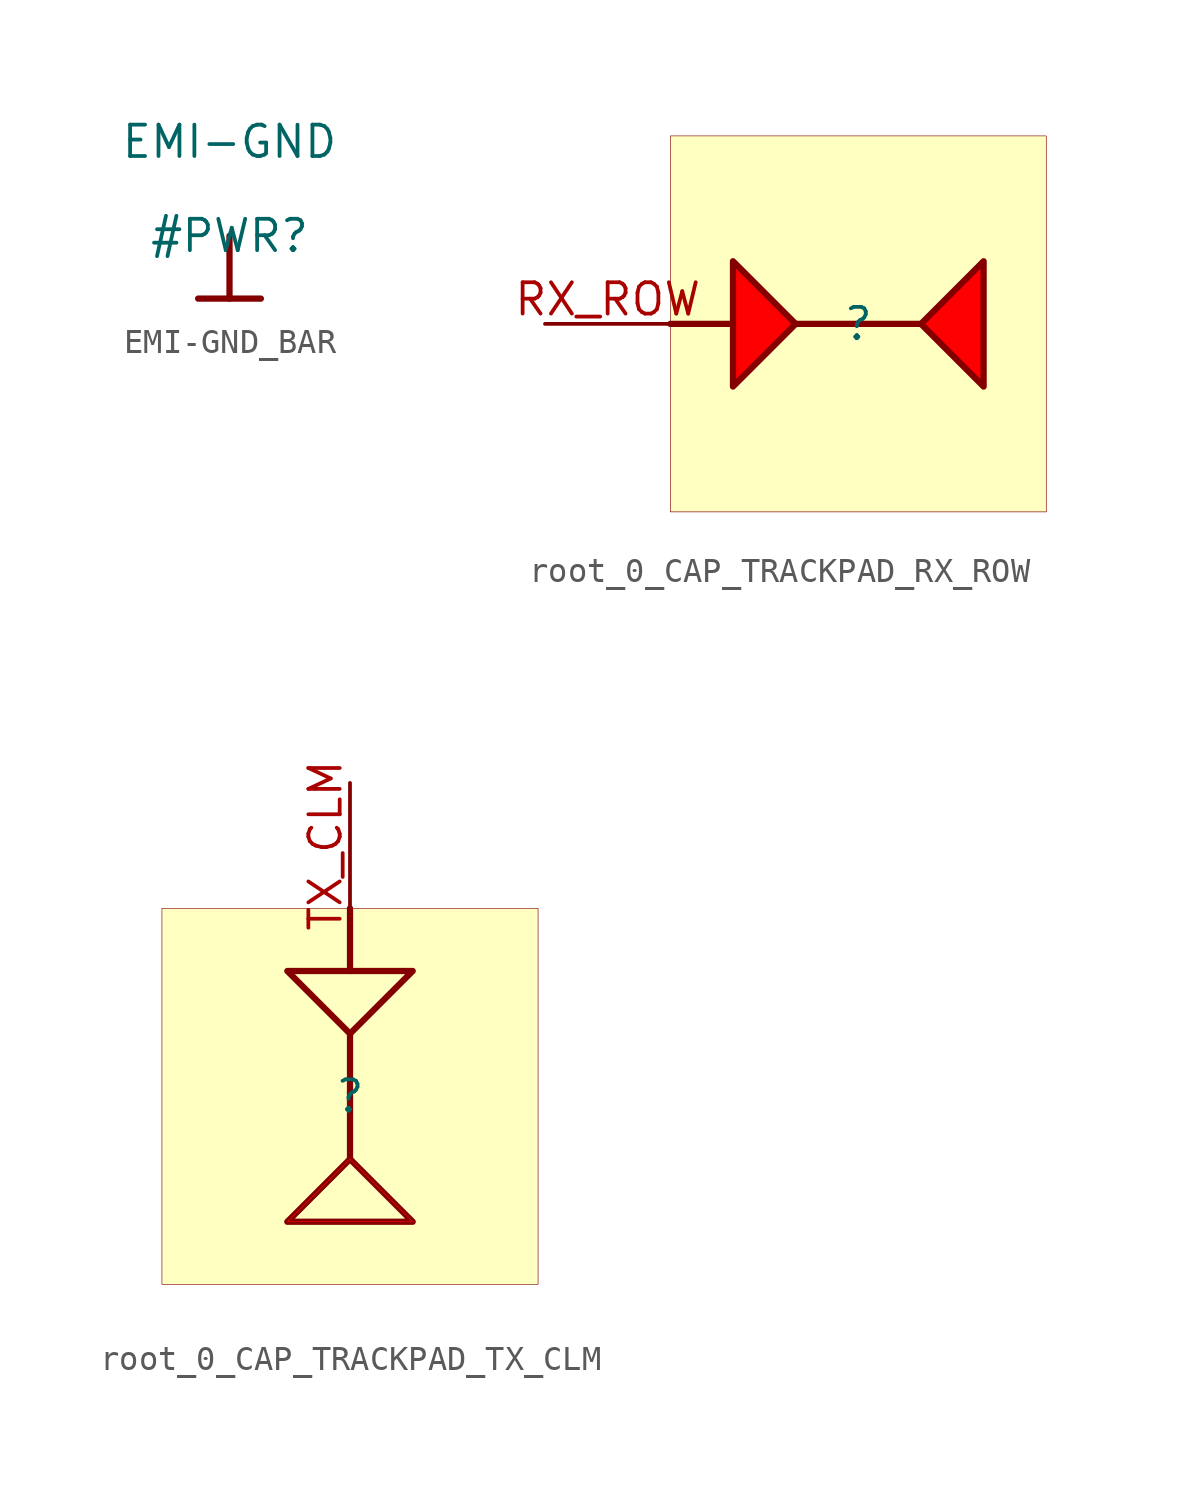
<source format=kicad_sym>
(kicad_symbol_lib
  (version 20231120)
  (generator "kicad_symbol_editor")
  (generator_version "8.0")
  (symbol "EMI-GND_BAR"
    (power)
    (property "Reference" "#PWR"
      (at 0 0 0)
      (effects (font (size 1.27 1.27))))
    (property "Value" "EMI-GND"
      (at 0 3.81 0)
      (effects (font (size 1.27 1.27))))
    (symbol "EMI-GND_BAR_0_0"
      (polyline (pts (xy -1.27 -2.54) (xy 1.27 -2.54)) (stroke (width 0.254) (type solid)) (fill (type none)))
      (polyline (pts (xy 0 0) (xy 0 -2.54)) (stroke (width 0.254) (type solid)) (fill (type none)))
      (pin power_in line (at 0 0 0) (length 0) hide (name "EMI-GND" (effects (font (size 1.27 1.27)))) (number "" (effects (font (size 1.27 1.27)))))))
  (symbol "root_0_CAP_TRACKPAD_RX_ROW"
    (property "Reference" ""
      (at 0 0 0)
      (effects (font (size 1.27 1.27))))
    (property "Value" ""
      (at 0 0 0)
      (effects (font (size 1.27 1.27))))
    (symbol "root_0_CAP_TRACKPAD_RX_ROW_1_0"
      (polyline (pts (xy -7.62 0) (xy -5.08 0)) (stroke (width 0.254) (type solid)) (fill (type none)))
      (polyline (pts (xy -2.54 0) (xy 2.54 0)) (stroke (width 0.254) (type solid)) (fill (type none)))
      (polyline (pts (xy 5.08 -2.54) (xy 5.08 2.54) (xy 2.54 0) (xy 5.08 -2.54)) (stroke (width 0.254) (type solid)) (fill (type none)))
      (polyline (pts (xy -5.08 0) (xy -5.08 -2.54) (xy -2.54 0) (xy -5.08 2.54) (xy -5.08 0)) (stroke (width -0.0001) (type solid) (color 255 0 0 1)) (fill (type outline)))
      (polyline (pts (xy -5.08 0) (xy -5.08 -2.54) (xy -2.54 0) (xy -5.08 2.54) (xy -5.08 0)) (stroke (width 0.254) (type solid)) (fill (type none)))
      (polyline (pts (xy 2.54 0) (xy 5.08 -2.54) (xy 5.08 0) (xy 5.08 2.54) (xy 2.54 0)) (stroke (width -0.0001) (type solid) (color 255 0 0 1)) (fill (type outline)))
      (rectangle (start 7.62 7.62) (end -7.62 -7.62) (stroke (width 0.025) (type solid) (color 128 0 0 1)) (fill (type background)))
      (pin passive line (at -12.7 0 0) (length 5.08) (name "" (effects (font (size 0 0)))) (number "RX_ROW" (effects (font (size 1.27 1.27)))))))
  (symbol "root_0_CAP_TRACKPAD_TX_CLM"
    (property "Reference" ""
      (at 0 0 0)
      (effects (font (size 1.27 1.27))))
    (property "Value" ""
      (at 0 0 0)
      (effects (font (size 1.27 1.27))))
    (symbol "root_0_CAP_TRACKPAD_TX_CLM_1_0"
      (polyline (pts (xy 0 2.54) (xy 0 -2.54)) (stroke (width 0.254) (type solid)) (fill (type none)))
      (polyline (pts (xy 0 7.62) (xy 0 5.08)) (stroke (width 0.254) (type solid)) (fill (type none)))
      (polyline (pts (xy -2.54 -5.08) (xy 2.54 -5.08) (xy 0 -2.54) (xy -2.54 -5.08)) (stroke (width 0.254) (type solid)) (fill (type none)))
      (polyline (pts (xy 0 -2.54) (xy -2.54 -5.08) (xy 0 -5.08) (xy 2.54 -5.08) (xy 0 -2.54)) (stroke (width 0.025) (type solid) (color 255 0 0 1)) (fill (type color) (color 0 255 0 1)))
      (polyline (pts (xy 0 5.08) (xy -2.54 5.08) (xy 0 2.54) (xy 2.54 5.08) (xy 0 5.08)) (stroke (width 0.025) (type solid) (color 255 0 0 1)) (fill (type color) (color 0 255 0 1)))
      (polyline (pts (xy 0 5.08) (xy -2.54 5.08) (xy 0 2.54) (xy 2.54 5.08) (xy 0 5.08)) (stroke (width 0.254) (type solid)) (fill (type none)))
      (rectangle (start 7.62 7.62) (end -7.62 -7.62) (stroke (width 0.025) (type solid) (color 128 0 0 1)) (fill (type background)))
      (pin passive line (at 0 12.7 270) (length 5.08) (name "" (effects (font (size 0 0)))) (number "TX_CLM" (effects (font (size 1.27 1.27))))))))
</source>
